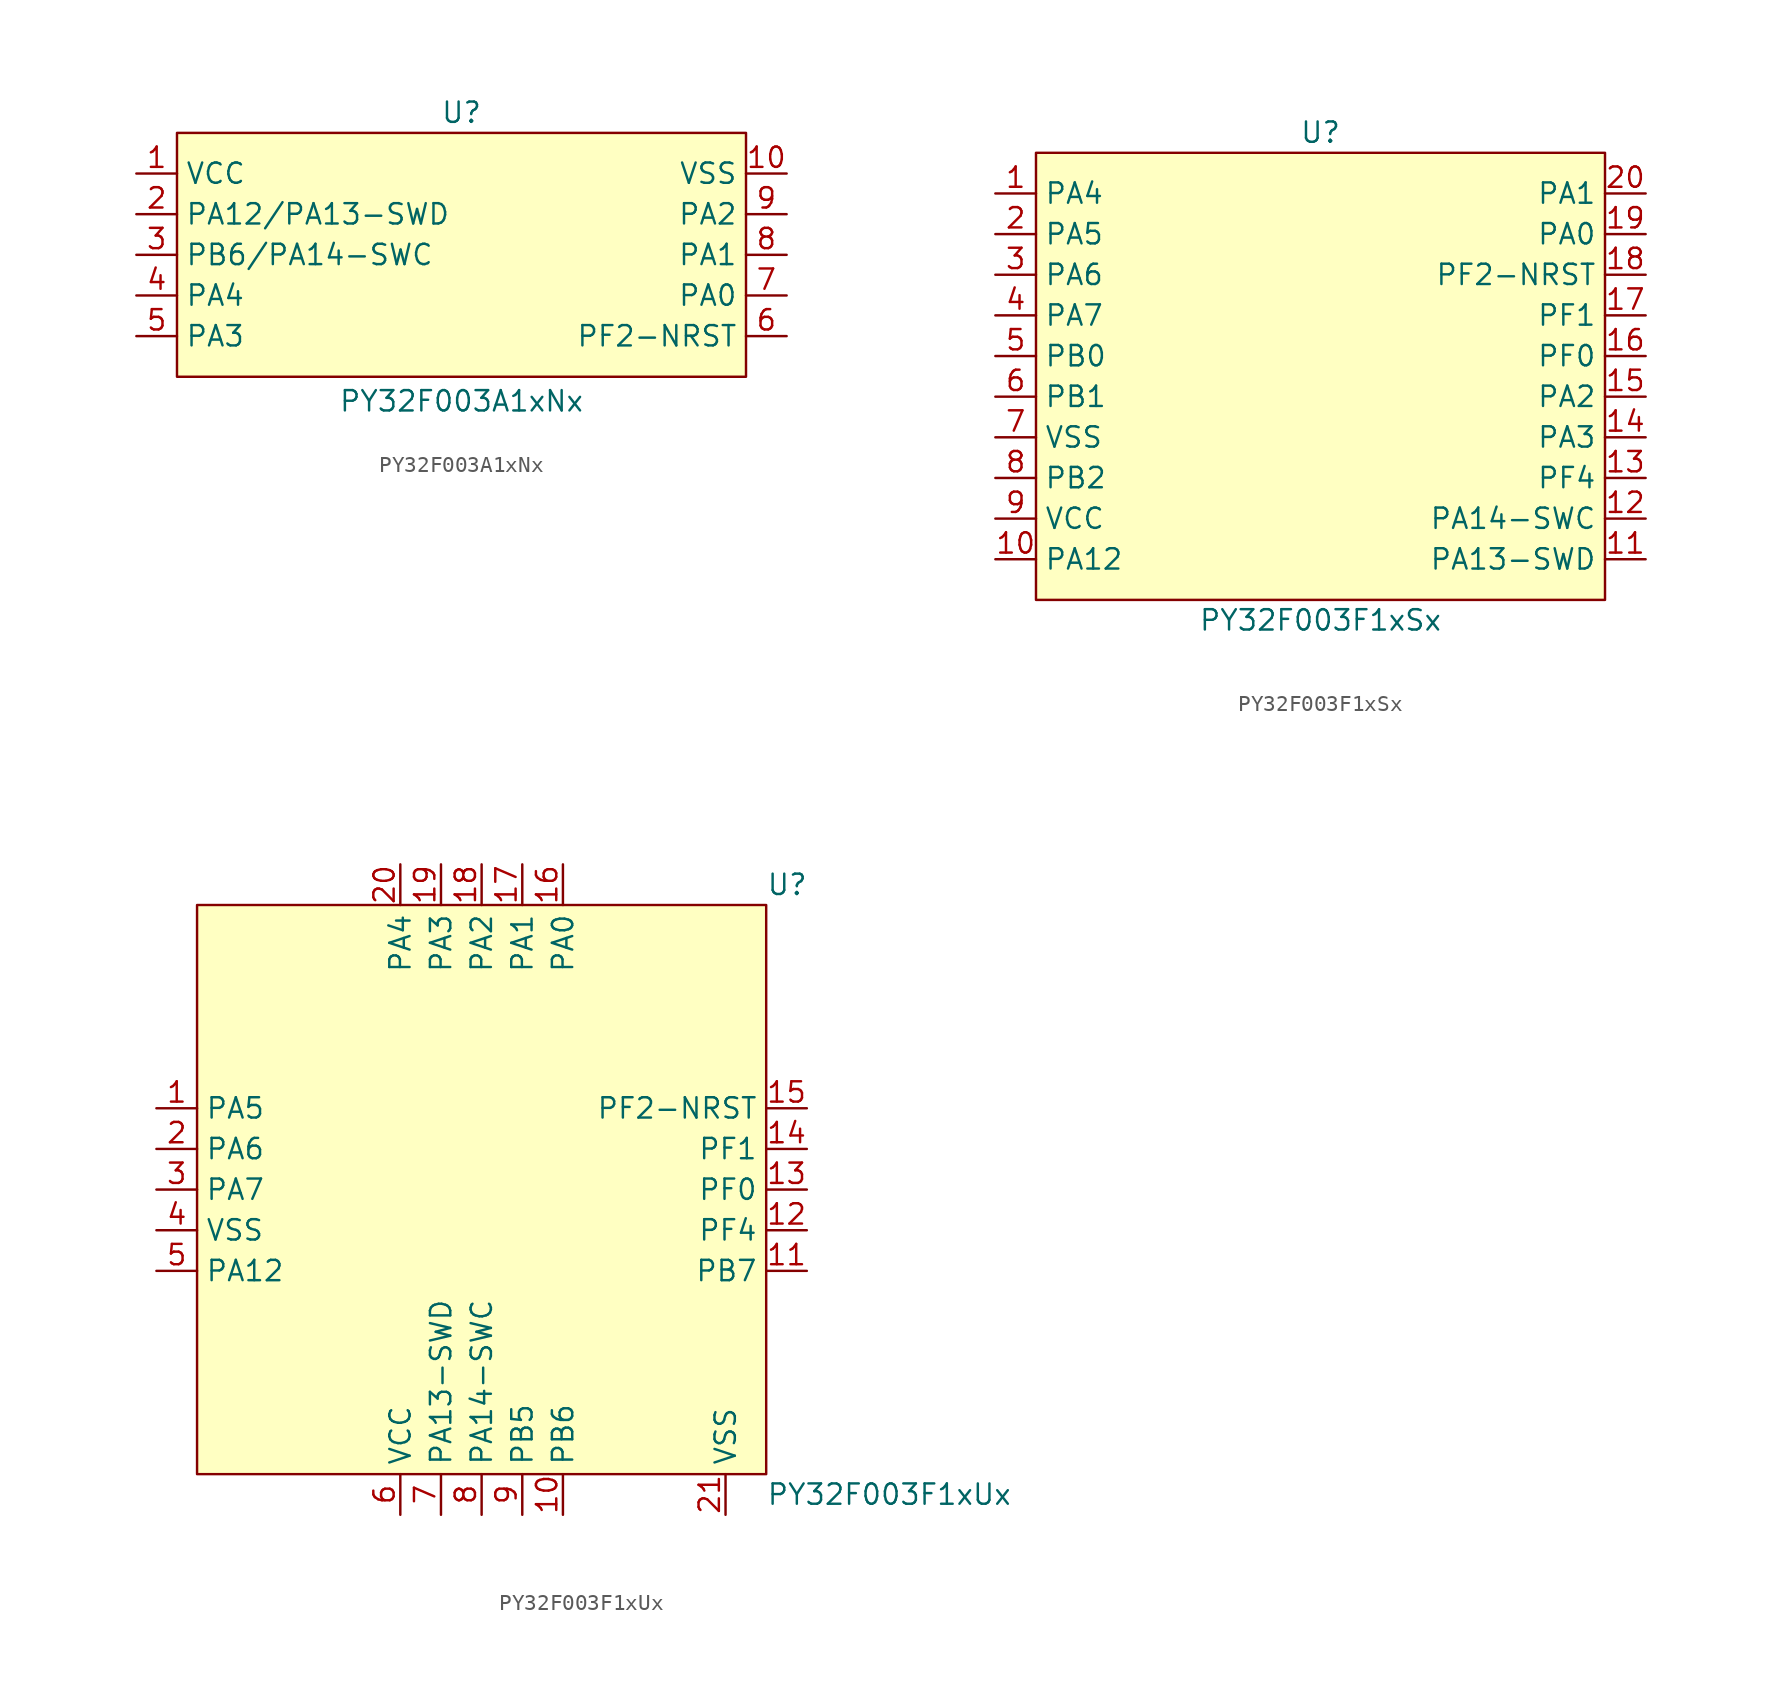
<source format=kicad_sym>
(kicad_symbol_lib
  (version 20241209)
  (generator "kicad_symbol_editor")
  (generator_version "9.0")
  (symbol "PY32F003A1xNx"
    (property "Reference" "U"
      (at 0 8.89 0)
      (effects (font (size 1.27 1.27))))
    (property "Value" "PY32F003A1xNx"
      (at 0 -9.144 0)
      (effects (font (size 1.27 1.27))))
    (symbol "PY32F003A1xNx_0_0"
      (pin bidirectional line (at -20.32 5.08 0) (length 2.54) (name "VCC" (effects (font (size 1.27 1.27)))) (number "1" (effects (font (size 1.27 1.27)))))
      (pin bidirectional line (at -20.32 2.54 0) (length 2.54) (name "PA12/PA13-SWD" (effects (font (size 1.27 1.27)))) (number "2" (effects (font (size 1.27 1.27)))))
      (pin bidirectional line (at -20.32 0 0) (length 2.54) (name "PB6/PA14-SWC" (effects (font (size 1.27 1.27)))) (number "3" (effects (font (size 1.27 1.27)))))
      (pin bidirectional line (at -20.32 -2.54 0) (length 2.54) (name "PA4" (effects (font (size 1.27 1.27)))) (number "4" (effects (font (size 1.27 1.27)))))
      (pin bidirectional line (at -20.32 -5.08 0) (length 2.54) (name "PA3" (effects (font (size 1.27 1.27)))) (number "5" (effects (font (size 1.27 1.27)))))
      (pin bidirectional line (at 20.32 5.08 180) (length 2.54) (name "VSS" (effects (font (size 1.27 1.27)))) (number "10" (effects (font (size 1.27 1.27)))))
      (pin bidirectional line (at 20.32 2.54 180) (length 2.54) (name "PA2" (effects (font (size 1.27 1.27)))) (number "9" (effects (font (size 1.27 1.27)))))
      (pin bidirectional line (at 20.32 0 180) (length 2.54) (name "PA1" (effects (font (size 1.27 1.27)))) (number "8" (effects (font (size 1.27 1.27)))))
      (pin bidirectional line (at 20.32 -2.54 180) (length 2.54) (name "PA0" (effects (font (size 1.27 1.27)))) (number "7" (effects (font (size 1.27 1.27)))))
      (pin bidirectional line (at 20.32 -5.08 180) (length 2.54) (name "PF2-NRST" (effects (font (size 1.27 1.27)))) (number "6" (effects (font (size 1.27 1.27))))))
    (symbol "PY32F003A1xNx_1_1"
      (rectangle (start -17.78 7.62) (end 17.78 -7.62) (stroke (width 0) (type solid)) (fill (type background)))))
  (symbol "PY32F003F1xSx"
    (property "Reference" "U"
      (at 0 13.97 0)
      (effects (font (size 1.27 1.27))))
    (property "Value" "PY32F003F1xSx"
      (at 0 -16.51 0)
      (effects (font (size 1.27 1.27))))
    (symbol "PY32F003F1xSx_0_0"
      (pin bidirectional line (at -20.32 10.16 0) (length 2.54) (name "PA4" (effects (font (size 1.27 1.27)))) (number "1" (effects (font (size 1.27 1.27)))))
      (pin bidirectional line (at -20.32 7.62 0) (length 2.54) (name "PA5" (effects (font (size 1.27 1.27)))) (number "2" (effects (font (size 1.27 1.27)))))
      (pin bidirectional line (at -20.32 5.08 0) (length 2.54) (name "PA6" (effects (font (size 1.27 1.27)))) (number "3" (effects (font (size 1.27 1.27)))))
      (pin bidirectional line (at -20.32 2.54 0) (length 2.54) (name "PA7" (effects (font (size 1.27 1.27)))) (number "4" (effects (font (size 1.27 1.27)))))
      (pin bidirectional line (at -20.32 0 0) (length 2.54) (name "PB0" (effects (font (size 1.27 1.27)))) (number "5" (effects (font (size 1.27 1.27)))))
      (pin bidirectional line (at -20.32 -2.54 0) (length 2.54) (name "PB1" (effects (font (size 1.27 1.27)))) (number "6" (effects (font (size 1.27 1.27)))))
      (pin bidirectional line (at -20.32 -5.08 0) (length 2.54) (name "VSS" (effects (font (size 1.27 1.27)))) (number "7" (effects (font (size 1.27 1.27)))))
      (pin bidirectional line (at -20.32 -7.62 0) (length 2.54) (name "PB2" (effects (font (size 1.27 1.27)))) (number "8" (effects (font (size 1.27 1.27)))))
      (pin bidirectional line (at -20.32 -10.16 0) (length 2.54) (name "VCC" (effects (font (size 1.27 1.27)))) (number "9" (effects (font (size 1.27 1.27)))))
      (pin bidirectional line (at -20.32 -12.7 0) (length 2.54) (name "PA12" (effects (font (size 1.27 1.27)))) (number "10" (effects (font (size 1.27 1.27)))))
      (pin bidirectional line (at 20.32 10.16 180) (length 2.54) (name "PA1" (effects (font (size 1.27 1.27)))) (number "20" (effects (font (size 1.27 1.27)))))
      (pin bidirectional line (at 20.32 7.62 180) (length 2.54) (name "PA0" (effects (font (size 1.27 1.27)))) (number "19" (effects (font (size 1.27 1.27)))))
      (pin bidirectional line (at 20.32 5.08 180) (length 2.54) (name "PF2-NRST" (effects (font (size 1.27 1.27)))) (number "18" (effects (font (size 1.27 1.27)))))
      (pin bidirectional line (at 20.32 2.54 180) (length 2.54) (name "PF1" (effects (font (size 1.27 1.27)))) (number "17" (effects (font (size 1.27 1.27)))))
      (pin bidirectional line (at 20.32 0 180) (length 2.54) (name "PF0" (effects (font (size 1.27 1.27)))) (number "16" (effects (font (size 1.27 1.27)))))
      (pin bidirectional line (at 20.32 -2.54 180) (length 2.54) (name "PA2" (effects (font (size 1.27 1.27)))) (number "15" (effects (font (size 1.27 1.27)))))
      (pin bidirectional line (at 20.32 -5.08 180) (length 2.54) (name "PA3" (effects (font (size 1.27 1.27)))) (number "14" (effects (font (size 1.27 1.27)))))
      (pin bidirectional line (at 20.32 -7.62 180) (length 2.54) (name "PF4" (effects (font (size 1.27 1.27)))) (number "13" (effects (font (size 1.27 1.27)))))
      (pin bidirectional line (at 20.32 -10.16 180) (length 2.54) (name "PA14-SWC" (effects (font (size 1.27 1.27)))) (number "12" (effects (font (size 1.27 1.27)))))
      (pin bidirectional line (at 20.32 -12.7 180) (length 2.54) (name "PA13-SWD" (effects (font (size 1.27 1.27)))) (number "11" (effects (font (size 1.27 1.27))))))
    (symbol "PY32F003F1xSx_1_1"
      (rectangle (start -17.78 12.7) (end 17.78 -15.24) (stroke (width 0) (type solid)) (fill (type background)))))
  (symbol "PY32F003F1xUx"
    (property "Reference" "U"
      (at 17.78 19.05 0)
      (effects (font (size 1.27 1.27)) (justify left)))
    (property "Value" "PY32F003F1xUx"
      (at 17.78 -19.05 0)
      (effects (font (size 1.27 1.27)) (justify left)))
    (symbol "PY32F003F1xUx_0_0"
      (pin bidirectional line (at -20.32 5.08 0) (length 2.54) (name "PA5" (effects (font (size 1.27 1.27)))) (number "1" (effects (font (size 1.27 1.27)))))
      (pin bidirectional line (at -20.32 2.54 0) (length 2.54) (name "PA6" (effects (font (size 1.27 1.27)))) (number "2" (effects (font (size 1.27 1.27)))))
      (pin bidirectional line (at -20.32 0 0) (length 2.54) (name "PA7" (effects (font (size 1.27 1.27)))) (number "3" (effects (font (size 1.27 1.27)))))
      (pin bidirectional line (at -20.32 -2.54 0) (length 2.54) (name "VSS" (effects (font (size 1.27 1.27)))) (number "4" (effects (font (size 1.27 1.27)))))
      (pin bidirectional line (at -20.32 -5.08 0) (length 2.54) (name "PA12" (effects (font (size 1.27 1.27)))) (number "5" (effects (font (size 1.27 1.27)))))
      (pin bidirectional line (at -5.08 20.32 270) (length 2.54) (name "PA4" (effects (font (size 1.27 1.27)))) (number "20" (effects (font (size 1.27 1.27)))))
      (pin bidirectional line (at -5.08 -20.32 90) (length 2.54) (name "VCC" (effects (font (size 1.27 1.27)))) (number "6" (effects (font (size 1.27 1.27)))))
      (pin bidirectional line (at -2.54 20.32 270) (length 2.54) (name "PA3" (effects (font (size 1.27 1.27)))) (number "19" (effects (font (size 1.27 1.27)))))
      (pin bidirectional line (at -2.54 -20.32 90) (length 2.54) (name "PA13-SWD" (effects (font (size 1.27 1.27)))) (number "7" (effects (font (size 1.27 1.27)))))
      (pin bidirectional line (at 0 20.32 270) (length 2.54) (name "PA2" (effects (font (size 1.27 1.27)))) (number "18" (effects (font (size 1.27 1.27)))))
      (pin bidirectional line (at 0 -20.32 90) (length 2.54) (name "PA14-SWC" (effects (font (size 1.27 1.27)))) (number "8" (effects (font (size 1.27 1.27)))))
      (pin bidirectional line (at 2.54 20.32 270) (length 2.54) (name "PA1" (effects (font (size 1.27 1.27)))) (number "17" (effects (font (size 1.27 1.27)))))
      (pin bidirectional line (at 2.54 -20.32 90) (length 2.54) (name "PB5" (effects (font (size 1.27 1.27)))) (number "9" (effects (font (size 1.27 1.27)))))
      (pin bidirectional line (at 5.08 20.32 270) (length 2.54) (name "PA0" (effects (font (size 1.27 1.27)))) (number "16" (effects (font (size 1.27 1.27)))))
      (pin bidirectional line (at 5.08 -20.32 90) (length 2.54) (name "PB6" (effects (font (size 1.27 1.27)))) (number "10" (effects (font (size 1.27 1.27)))))
      (pin bidirectional line (at 20.32 5.08 180) (length 2.54) (name "PF2-NRST" (effects (font (size 1.27 1.27)))) (number "15" (effects (font (size 1.27 1.27)))))
      (pin bidirectional line (at 20.32 2.54 180) (length 2.54) (name "PF1" (effects (font (size 1.27 1.27)))) (number "14" (effects (font (size 1.27 1.27)))))
      (pin bidirectional line (at 20.32 0 180) (length 2.54) (name "PF0" (effects (font (size 1.27 1.27)))) (number "13" (effects (font (size 1.27 1.27)))))
      (pin bidirectional line (at 20.32 -2.54 180) (length 2.54) (name "PF4" (effects (font (size 1.27 1.27)))) (number "12" (effects (font (size 1.27 1.27)))))
      (pin bidirectional line (at 20.32 -5.08 180) (length 2.54) (name "PB7" (effects (font (size 1.27 1.27)))) (number "11" (effects (font (size 1.27 1.27))))))
    (symbol "PY32F003F1xUx_1_0"
      (pin bidirectional line (at 15.24 -20.32 90) (length 2.54) (name "VSS" (effects (font (size 1.27 1.27)))) (number "21" (effects (font (size 1.27 1.27))))))
    (symbol "PY32F003F1xUx_1_1"
      (rectangle (start -17.78 17.78) (end 17.78 -17.78) (stroke (width 0) (type solid)) (fill (type background))))))
</source>
